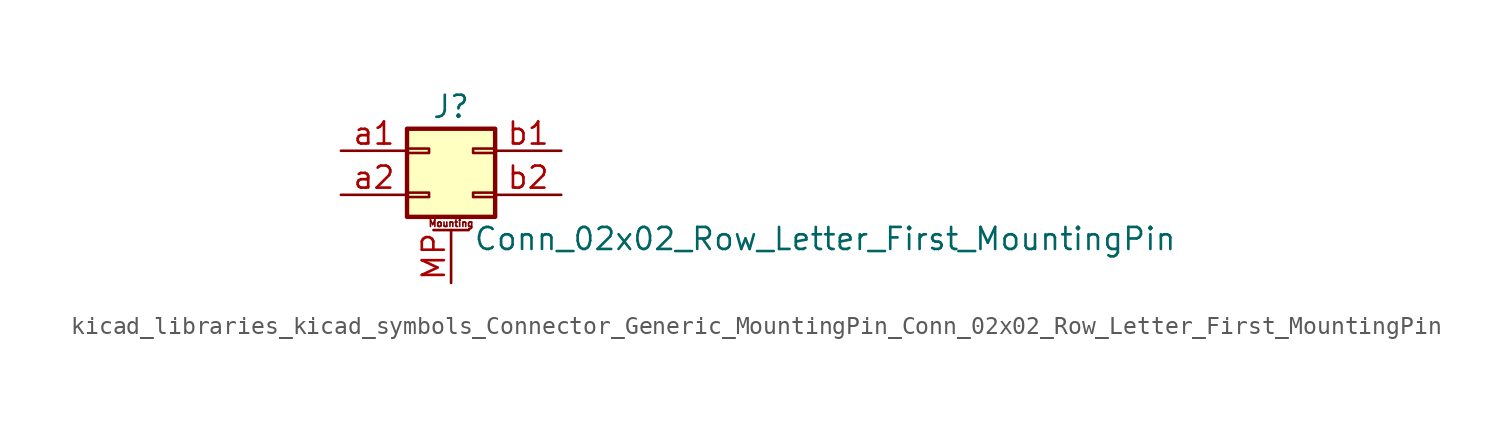
<source format=kicad_sym>
(kicad_symbol_lib
  (version 20220914)
  (generator kicad_symbol_editor)
  (symbol "kicad_libraries_kicad_symbols_Connector_Generic_MountingPin_Conn_02x02_Row_Letter_First_MountingPin"
    (pin_names
      (offset 1.016) hide)
    (property "Reference" "J"
      (at 1.27 2.54 0)
      (effects (font (size 1.27 1.27))))
    (property "Value" "Conn_02x02_Row_Letter_First_MountingPin"
      (at 2.54 -5.08 0)
      (effects (font (size 1.27 1.27)) (justify left)))
    (symbol "kicad_libraries_kicad_symbols_Connector_Generic_MountingPin_Conn_02x02_Row_Letter_First_MountingPin_1_1"
      (rectangle (start -1.27 -2.413) (end 0 -2.667) (stroke (width 0.152) (type default)) (fill (type none)))
      (rectangle (start -1.27 0.127) (end 0 -0.127) (stroke (width 0.152) (type default)) (fill (type none)))
      (rectangle (start -1.27 1.27) (end 3.81 -3.81) (stroke (width 0.254) (type default)) (fill (type background)))
      (polyline (pts (xy 0.254 -4.572) (xy 2.286 -4.572)) (stroke (width 0.152) (type default)) (fill (type none)))
      (rectangle (start 3.81 -2.413) (end 2.54 -2.667) (stroke (width 0.152) (type default)) (fill (type none)))
      (rectangle (start 3.81 0.127) (end 2.54 -0.127) (stroke (width 0.152) (type default)) (fill (type none)))
      (text "Mounting" (at 1.27 -4.191 0) (effects (font (size 0.381 0.381))))
      (pin passive line (at 1.27 -7.62 90) (length 3.048) (name "MountPin" (effects (font (size 1.27 1.27)))) (number "MP" (effects (font (size 1.27 1.27)))))
      (pin passive line (at -5.08 0 0) (length 3.81) (name "Pin_a1" (effects (font (size 1.27 1.27)))) (number "a1" (effects (font (size 1.27 1.27)))))
      (pin passive line (at -5.08 -2.54 0) (length 3.81) (name "Pin_a2" (effects (font (size 1.27 1.27)))) (number "a2" (effects (font (size 1.27 1.27)))))
      (pin passive line (at 7.62 0 180) (length 3.81) (name "Pin_b1" (effects (font (size 1.27 1.27)))) (number "b1" (effects (font (size 1.27 1.27)))))
      (pin passive line (at 7.62 -2.54 180) (length 3.81) (name "Pin_b2" (effects (font (size 1.27 1.27)))) (number "b2" (effects (font (size 1.27 1.27))))))))
</source>
